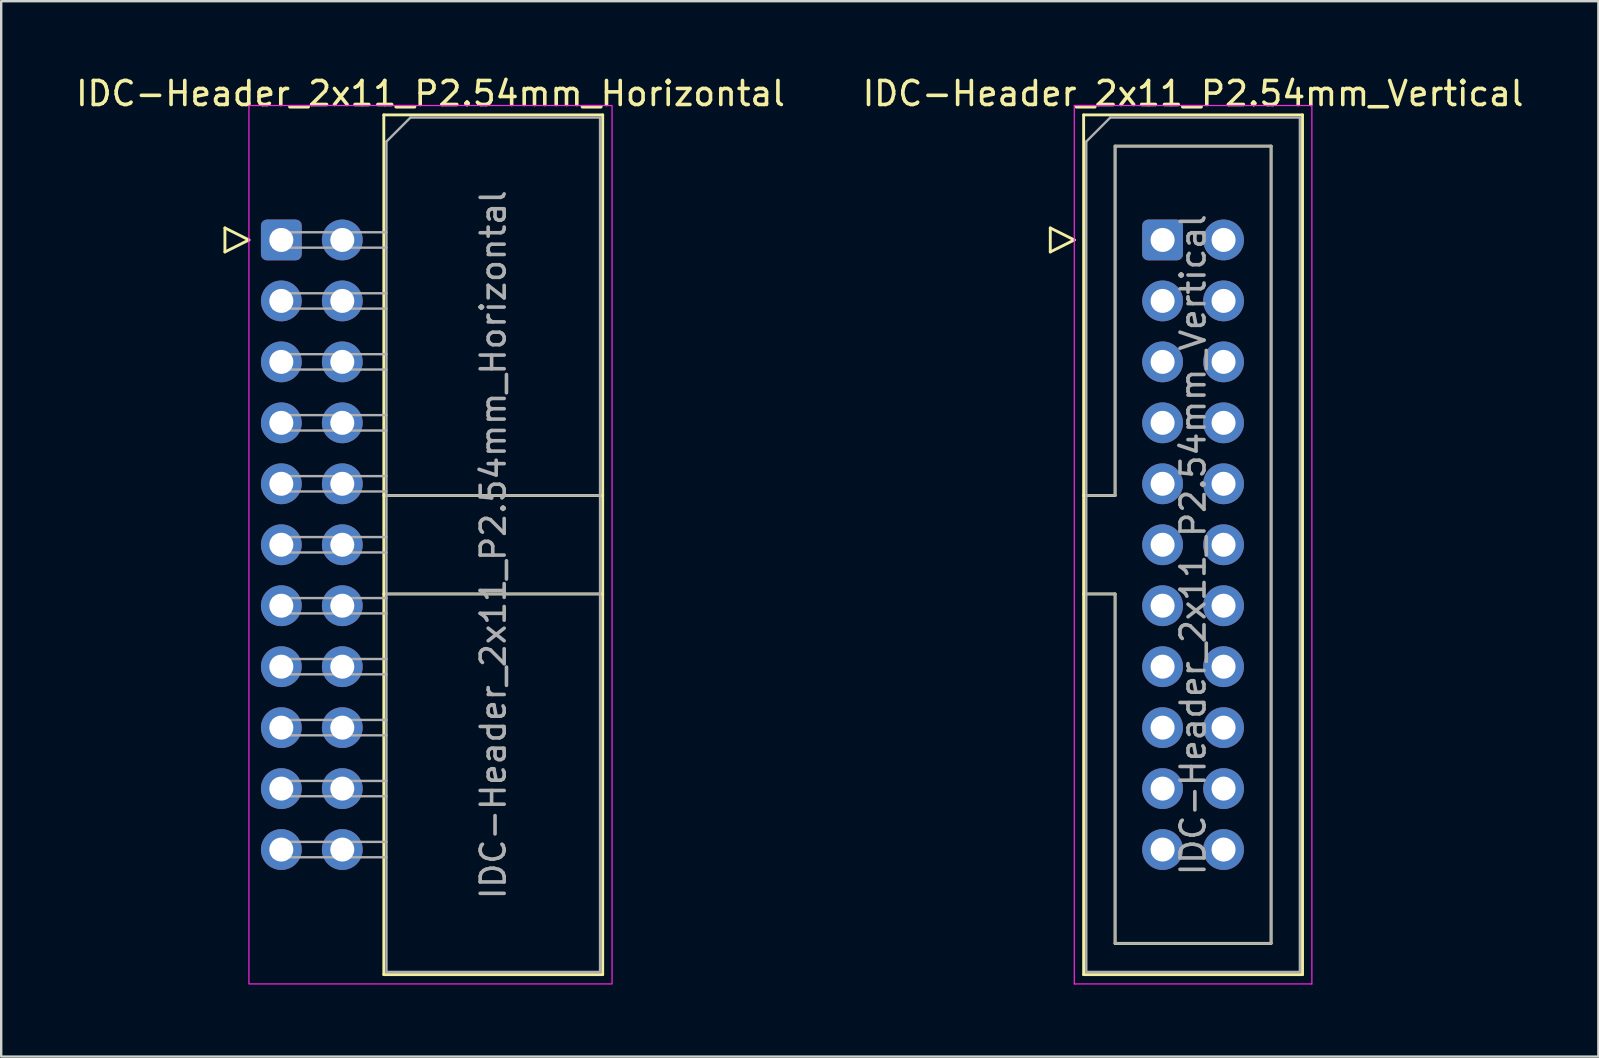
<source format=kicad_pcb>
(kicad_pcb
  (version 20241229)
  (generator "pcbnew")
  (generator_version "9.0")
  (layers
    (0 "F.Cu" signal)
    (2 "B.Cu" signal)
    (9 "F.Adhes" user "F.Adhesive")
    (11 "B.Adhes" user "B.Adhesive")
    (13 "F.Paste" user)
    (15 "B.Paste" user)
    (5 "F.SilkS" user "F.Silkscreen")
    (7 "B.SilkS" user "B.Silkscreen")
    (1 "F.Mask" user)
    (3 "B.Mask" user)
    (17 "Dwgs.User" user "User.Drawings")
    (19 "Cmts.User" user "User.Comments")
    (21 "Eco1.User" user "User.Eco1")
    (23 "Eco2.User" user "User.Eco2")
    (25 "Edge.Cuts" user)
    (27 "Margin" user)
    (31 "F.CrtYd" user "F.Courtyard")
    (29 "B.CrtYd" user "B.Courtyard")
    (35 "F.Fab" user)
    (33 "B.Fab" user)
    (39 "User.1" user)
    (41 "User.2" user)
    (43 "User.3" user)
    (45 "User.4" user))
  (footprint "IDC-Header_2x11_P2.54mm_Vertical"
    (layer "F.Cu")
    (at 45.391 6.948)
    (property "Reference" "IDC-Header_2x11_P2.54mm_Vertical" (at 1.27 -6.1 0) (layer "F.SilkS") (effects (font (size 1 1) (thickness 0.15))))
    (attr through_hole)
    (fp_line (start -4.68 -0.5) (end -4.68 0.5) (stroke (width 0.12) (type solid)) (layer "F.SilkS"))
    (fp_line (start -4.68 0.5) (end -3.68 0) (stroke (width 0.12) (type solid)) (layer "F.SilkS"))
    (fp_line (start -3.68 0) (end -4.68 -0.5) (stroke (width 0.12) (type solid)) (layer "F.SilkS"))
    (fp_line (start -3.29 -5.21) (end 5.83 -5.21) (stroke (width 0.12) (type solid)) (layer "F.SilkS"))
    (fp_line (start -3.29 10.65) (end -1.98 10.65) (stroke (width 0.12) (type solid)) (layer "F.SilkS"))
    (fp_line (start -3.29 30.61) (end -3.29 -5.21) (stroke (width 0.12) (type solid)) (layer "F.SilkS"))
    (fp_line (start -1.98 -3.91) (end 4.52 -3.91) (stroke (width 0.12) (type solid)) (layer "F.SilkS"))
    (fp_line (start -1.98 10.65) (end -1.98 -3.91) (stroke (width 0.12) (type solid)) (layer "F.SilkS"))
    (fp_line (start -1.98 14.75) (end -3.29 14.75) (stroke (width 0.12) (type solid)) (layer "F.SilkS"))
    (fp_line (start -1.98 29.31) (end -1.98 14.75) (stroke (width 0.12) (type solid)) (layer "F.SilkS"))
    (fp_line (start 4.52 -3.91) (end 4.52 29.31) (stroke (width 0.12) (type solid)) (layer "F.SilkS"))
    (fp_line (start 4.52 29.31) (end -1.98 29.31) (stroke (width 0.12) (type solid)) (layer "F.SilkS"))
    (fp_line (start 5.83 -5.21) (end 5.83 30.61) (stroke (width 0.12) (type solid)) (layer "F.SilkS"))
    (fp_line (start 5.83 30.61) (end -3.29 30.61) (stroke (width 0.12) (type solid)) (layer "F.SilkS"))
    (fp_line (start -3.68 -5.6) (end -3.68 31) (stroke (width 0.05) (type solid)) (layer "F.CrtYd"))
    (fp_line (start -3.68 31) (end 6.22 31) (stroke (width 0.05) (type solid)) (layer "F.CrtYd"))
    (fp_line (start 6.22 -5.6) (end -3.68 -5.6) (stroke (width 0.05) (type solid)) (layer "F.CrtYd"))
    (fp_line (start 6.22 31) (end 6.22 -5.6) (stroke (width 0.05) (type solid)) (layer "F.CrtYd"))
    (fp_line (start -3.18 -4.1) (end -2.18 -5.1) (stroke (width 0.1) (type solid)) (layer "F.Fab"))
    (fp_line (start -3.18 10.65) (end -1.98 10.65) (stroke (width 0.1) (type solid)) (layer "F.Fab"))
    (fp_line (start -3.18 30.5) (end -3.18 -4.1) (stroke (width 0.1) (type solid)) (layer "F.Fab"))
    (fp_line (start -2.18 -5.1) (end 5.72 -5.1) (stroke (width 0.1) (type solid)) (layer "F.Fab"))
    (fp_line (start -1.98 -3.91) (end 4.52 -3.91) (stroke (width 0.1) (type solid)) (layer "F.Fab"))
    (fp_line (start -1.98 10.65) (end -1.98 -3.91) (stroke (width 0.1) (type solid)) (layer "F.Fab"))
    (fp_line (start -1.98 14.75) (end -3.18 14.75) (stroke (width 0.1) (type solid)) (layer "F.Fab"))
    (fp_line (start -1.98 29.31) (end -1.98 14.75) (stroke (width 0.1) (type solid)) (layer "F.Fab"))
    (fp_line (start 4.52 -3.91) (end 4.52 29.31) (stroke (width 0.1) (type solid)) (layer "F.Fab"))
    (fp_line (start 4.52 29.31) (end -1.98 29.31) (stroke (width 0.1) (type solid)) (layer "F.Fab"))
    (fp_line (start 5.72 -5.1) (end 5.72 30.5) (stroke (width 0.1) (type solid)) (layer "F.Fab"))
    (fp_line (start 5.72 30.5) (end -3.18 30.5) (stroke (width 0.1) (type solid)) (layer "F.Fab"))
    (fp_text user "${REFERENCE}" (at 1.27 12.7 90) (layer "F.Fab") (effects (font (size 1 1) (thickness 0.15))))
    (pad "1" thru_hole roundrect (at 0 0) (size 1.7 1.7) (drill 1) (layers "*.Cu" "*.Mask") (roundrect_rratio 0.147))
    (pad "2" thru_hole circle (at 2.54 0) (size 1.7 1.7) (drill 1) (layers "*.Cu" "*.Mask"))
    (pad "3" thru_hole circle (at 0 2.54) (size 1.7 1.7) (drill 1) (layers "*.Cu" "*.Mask"))
    (pad "4" thru_hole circle (at 2.54 2.54) (size 1.7 1.7) (drill 1) (layers "*.Cu" "*.Mask"))
    (pad "5" thru_hole circle (at 0 5.08) (size 1.7 1.7) (drill 1) (layers "*.Cu" "*.Mask"))
    (pad "6" thru_hole circle (at 2.54 5.08) (size 1.7 1.7) (drill 1) (layers "*.Cu" "*.Mask"))
    (pad "7" thru_hole circle (at 0 7.62) (size 1.7 1.7) (drill 1) (layers "*.Cu" "*.Mask"))
    (pad "8" thru_hole circle (at 2.54 7.62) (size 1.7 1.7) (drill 1) (layers "*.Cu" "*.Mask"))
    (pad "9" thru_hole circle (at 0 10.16) (size 1.7 1.7) (drill 1) (layers "*.Cu" "*.Mask"))
    (pad "10" thru_hole circle (at 2.54 10.16) (size 1.7 1.7) (drill 1) (layers "*.Cu" "*.Mask"))
    (pad "11" thru_hole circle (at 0 12.7) (size 1.7 1.7) (drill 1) (layers "*.Cu" "*.Mask"))
    (pad "12" thru_hole circle (at 2.54 12.7) (size 1.7 1.7) (drill 1) (layers "*.Cu" "*.Mask"))
    (pad "13" thru_hole circle (at 0 15.24) (size 1.7 1.7) (drill 1) (layers "*.Cu" "*.Mask"))
    (pad "14" thru_hole circle (at 2.54 15.24) (size 1.7 1.7) (drill 1) (layers "*.Cu" "*.Mask"))
    (pad "15" thru_hole circle (at 0 17.78) (size 1.7 1.7) (drill 1) (layers "*.Cu" "*.Mask"))
    (pad "16" thru_hole circle (at 2.54 17.78) (size 1.7 1.7) (drill 1) (layers "*.Cu" "*.Mask"))
    (pad "17" thru_hole circle (at 0 20.32) (size 1.7 1.7) (drill 1) (layers "*.Cu" "*.Mask"))
    (pad "18" thru_hole circle (at 2.54 20.32) (size 1.7 1.7) (drill 1) (layers "*.Cu" "*.Mask"))
    (pad "19" thru_hole circle (at 0 22.86) (size 1.7 1.7) (drill 1) (layers "*.Cu" "*.Mask"))
    (pad "20" thru_hole circle (at 2.54 22.86) (size 1.7 1.7) (drill 1) (layers "*.Cu" "*.Mask"))
    (pad "21" thru_hole circle (at 0 25.4) (size 1.7 1.7) (drill 1) (layers "*.Cu" "*.Mask"))
    (pad "22" thru_hole circle (at 2.54 25.4) (size 1.7 1.7) (drill 1) (layers "*.Cu" "*.Mask")))
  (footprint "IDC-Header_2x11_P2.54mm_Horizontal"
    (layer "F.Cu")
    (at 8.672 6.948)
    (property "Reference" "IDC-Header_2x11_P2.54mm_Horizontal" (at 6.215 -6.1 0) (layer "F.SilkS") (effects (font (size 1 1) (thickness 0.15))))
    (attr through_hole)
    (fp_line (start -2.35 -0.5) (end -2.35 0.5) (stroke (width 0.12) (type solid)) (layer "F.SilkS"))
    (fp_line (start -2.35 0.5) (end -1.35 0) (stroke (width 0.12) (type solid)) (layer "F.SilkS"))
    (fp_line (start -1.35 0) (end -2.35 -0.5) (stroke (width 0.12) (type solid)) (layer "F.SilkS"))
    (fp_line (start 4.27 -5.21) (end 13.39 -5.21) (stroke (width 0.12) (type solid)) (layer "F.SilkS"))
    (fp_line (start 4.27 10.65) (end 13.39 10.65) (stroke (width 0.12) (type solid)) (layer "F.SilkS"))
    (fp_line (start 4.27 14.75) (end 13.39 14.75) (stroke (width 0.12) (type solid)) (layer "F.SilkS"))
    (fp_line (start 4.27 30.61) (end 4.27 -5.21) (stroke (width 0.12) (type solid)) (layer "F.SilkS"))
    (fp_line (start 13.39 -5.21) (end 13.39 30.61) (stroke (width 0.12) (type solid)) (layer "F.SilkS"))
    (fp_line (start 13.39 30.61) (end 4.27 30.61) (stroke (width 0.12) (type solid)) (layer "F.SilkS"))
    (fp_rect (start -1.35 -5.6) (end 13.78 31) (stroke (width 0.05) (type solid)) (fill no) (layer "F.CrtYd"))
    (fp_line (start -0.32 -0.32) (end -0.32 0.32) (stroke (width 0.1) (type solid)) (layer "F.Fab"))
    (fp_line (start -0.32 0.32) (end 4.38 0.32) (stroke (width 0.1) (type solid)) (layer "F.Fab"))
    (fp_line (start -0.32 2.22) (end -0.32 2.86) (stroke (width 0.1) (type solid)) (layer "F.Fab"))
    (fp_line (start -0.32 2.86) (end 4.38 2.86) (stroke (width 0.1) (type solid)) (layer "F.Fab"))
    (fp_line (start -0.32 4.76) (end -0.32 5.4) (stroke (width 0.1) (type solid)) (layer "F.Fab"))
    (fp_line (start -0.32 5.4) (end 4.38 5.4) (stroke (width 0.1) (type solid)) (layer "F.Fab"))
    (fp_line (start -0.32 7.3) (end -0.32 7.94) (stroke (width 0.1) (type solid)) (layer "F.Fab"))
    (fp_line (start -0.32 7.94) (end 4.38 7.94) (stroke (width 0.1) (type solid)) (layer "F.Fab"))
    (fp_line (start -0.32 9.84) (end -0.32 10.48) (stroke (width 0.1) (type solid)) (layer "F.Fab"))
    (fp_line (start -0.32 10.48) (end 4.38 10.48) (stroke (width 0.1) (type solid)) (layer "F.Fab"))
    (fp_line (start -0.32 12.38) (end -0.32 13.02) (stroke (width 0.1) (type solid)) (layer "F.Fab"))
    (fp_line (start -0.32 13.02) (end 4.38 13.02) (stroke (width 0.1) (type solid)) (layer "F.Fab"))
    (fp_line (start -0.32 14.92) (end -0.32 15.56) (stroke (width 0.1) (type solid)) (layer "F.Fab"))
    (fp_line (start -0.32 15.56) (end 4.38 15.56) (stroke (width 0.1) (type solid)) (layer "F.Fab"))
    (fp_line (start -0.32 17.46) (end -0.32 18.1) (stroke (width 0.1) (type solid)) (layer "F.Fab"))
    (fp_line (start -0.32 18.1) (end 4.38 18.1) (stroke (width 0.1) (type solid)) (layer "F.Fab"))
    (fp_line (start -0.32 20) (end -0.32 20.64) (stroke (width 0.1) (type solid)) (layer "F.Fab"))
    (fp_line (start -0.32 20.64) (end 4.38 20.64) (stroke (width 0.1) (type solid)) (layer "F.Fab"))
    (fp_line (start -0.32 22.54) (end -0.32 23.18) (stroke (width 0.1) (type solid)) (layer "F.Fab"))
    (fp_line (start -0.32 23.18) (end 4.38 23.18) (stroke (width 0.1) (type solid)) (layer "F.Fab"))
    (fp_line (start -0.32 25.08) (end -0.32 25.72) (stroke (width 0.1) (type solid)) (layer "F.Fab"))
    (fp_line (start -0.32 25.72) (end 4.38 25.72) (stroke (width 0.1) (type solid)) (layer "F.Fab"))
    (fp_line (start 4.38 -4.1) (end 5.38 -5.1) (stroke (width 0.1) (type solid)) (layer "F.Fab"))
    (fp_line (start 4.38 -0.32) (end -0.32 -0.32) (stroke (width 0.1) (type solid)) (layer "F.Fab"))
    (fp_line (start 4.38 2.22) (end -0.32 2.22) (stroke (width 0.1) (type solid)) (layer "F.Fab"))
    (fp_line (start 4.38 4.76) (end -0.32 4.76) (stroke (width 0.1) (type solid)) (layer "F.Fab"))
    (fp_line (start 4.38 7.3) (end -0.32 7.3) (stroke (width 0.1) (type solid)) (layer "F.Fab"))
    (fp_line (start 4.38 9.84) (end -0.32 9.84) (stroke (width 0.1) (type solid)) (layer "F.Fab"))
    (fp_line (start 4.38 10.65) (end 13.28 10.65) (stroke (width 0.1) (type solid)) (layer "F.Fab"))
    (fp_line (start 4.38 12.38) (end -0.32 12.38) (stroke (width 0.1) (type solid)) (layer "F.Fab"))
    (fp_line (start 4.38 14.75) (end 13.28 14.75) (stroke (width 0.1) (type solid)) (layer "F.Fab"))
    (fp_line (start 4.38 14.92) (end -0.32 14.92) (stroke (width 0.1) (type solid)) (layer "F.Fab"))
    (fp_line (start 4.38 17.46) (end -0.32 17.46) (stroke (width 0.1) (type solid)) (layer "F.Fab"))
    (fp_line (start 4.38 20) (end -0.32 20) (stroke (width 0.1) (type solid)) (layer "F.Fab"))
    (fp_line (start 4.38 22.54) (end -0.32 22.54) (stroke (width 0.1) (type solid)) (layer "F.Fab"))
    (fp_line (start 4.38 25.08) (end -0.32 25.08) (stroke (width 0.1) (type solid)) (layer "F.Fab"))
    (fp_line (start 4.38 30.5) (end 4.38 -4.1) (stroke (width 0.1) (type solid)) (layer "F.Fab"))
    (fp_line (start 5.38 -5.1) (end 13.28 -5.1) (stroke (width 0.1) (type solid)) (layer "F.Fab"))
    (fp_line (start 13.28 -5.1) (end 13.28 30.5) (stroke (width 0.1) (type solid)) (layer "F.Fab"))
    (fp_line (start 13.28 30.5) (end 4.38 30.5) (stroke (width 0.1) (type solid)) (layer "F.Fab"))
    (fp_text user "${REFERENCE}" (at 8.83 12.7 90) (layer "F.Fab") (effects (font (size 1 1) (thickness 0.15))))
    (pad "1" thru_hole roundrect (at 0 0) (size 1.7 1.7) (drill 1) (layers "*.Cu" "*.Mask") (roundrect_rratio 0.147))
    (pad "2" thru_hole circle (at 2.54 0) (size 1.7 1.7) (drill 1) (layers "*.Cu" "*.Mask"))
    (pad "3" thru_hole circle (at 0 2.54) (size 1.7 1.7) (drill 1) (layers "*.Cu" "*.Mask"))
    (pad "4" thru_hole circle (at 2.54 2.54) (size 1.7 1.7) (drill 1) (layers "*.Cu" "*.Mask"))
    (pad "5" thru_hole circle (at 0 5.08) (size 1.7 1.7) (drill 1) (layers "*.Cu" "*.Mask"))
    (pad "6" thru_hole circle (at 2.54 5.08) (size 1.7 1.7) (drill 1) (layers "*.Cu" "*.Mask"))
    (pad "7" thru_hole circle (at 0 7.62) (size 1.7 1.7) (drill 1) (layers "*.Cu" "*.Mask"))
    (pad "8" thru_hole circle (at 2.54 7.62) (size 1.7 1.7) (drill 1) (layers "*.Cu" "*.Mask"))
    (pad "9" thru_hole circle (at 0 10.16) (size 1.7 1.7) (drill 1) (layers "*.Cu" "*.Mask"))
    (pad "10" thru_hole circle (at 2.54 10.16) (size 1.7 1.7) (drill 1) (layers "*.Cu" "*.Mask"))
    (pad "11" thru_hole circle (at 0 12.7) (size 1.7 1.7) (drill 1) (layers "*.Cu" "*.Mask"))
    (pad "12" thru_hole circle (at 2.54 12.7) (size 1.7 1.7) (drill 1) (layers "*.Cu" "*.Mask"))
    (pad "13" thru_hole circle (at 0 15.24) (size 1.7 1.7) (drill 1) (layers "*.Cu" "*.Mask"))
    (pad "14" thru_hole circle (at 2.54 15.24) (size 1.7 1.7) (drill 1) (layers "*.Cu" "*.Mask"))
    (pad "15" thru_hole circle (at 0 17.78) (size 1.7 1.7) (drill 1) (layers "*.Cu" "*.Mask"))
    (pad "16" thru_hole circle (at 2.54 17.78) (size 1.7 1.7) (drill 1) (layers "*.Cu" "*.Mask"))
    (pad "17" thru_hole circle (at 0 20.32) (size 1.7 1.7) (drill 1) (layers "*.Cu" "*.Mask"))
    (pad "18" thru_hole circle (at 2.54 20.32) (size 1.7 1.7) (drill 1) (layers "*.Cu" "*.Mask"))
    (pad "19" thru_hole circle (at 0 22.86) (size 1.7 1.7) (drill 1) (layers "*.Cu" "*.Mask"))
    (pad "20" thru_hole circle (at 2.54 22.86) (size 1.7 1.7) (drill 1) (layers "*.Cu" "*.Mask"))
    (pad "21" thru_hole circle (at 0 25.4) (size 1.7 1.7) (drill 1) (layers "*.Cu" "*.Mask"))
    (pad "22" thru_hole circle (at 2.54 25.4) (size 1.7 1.7) (drill 1) (layers "*.Cu" "*.Mask")))
  (gr_rect
    (start -3 -3)
    (end 63.548 40.973)
    (stroke (width 0.1) (type default))
    (fill no)
    (layer "Edge.Cuts")))
</source>
